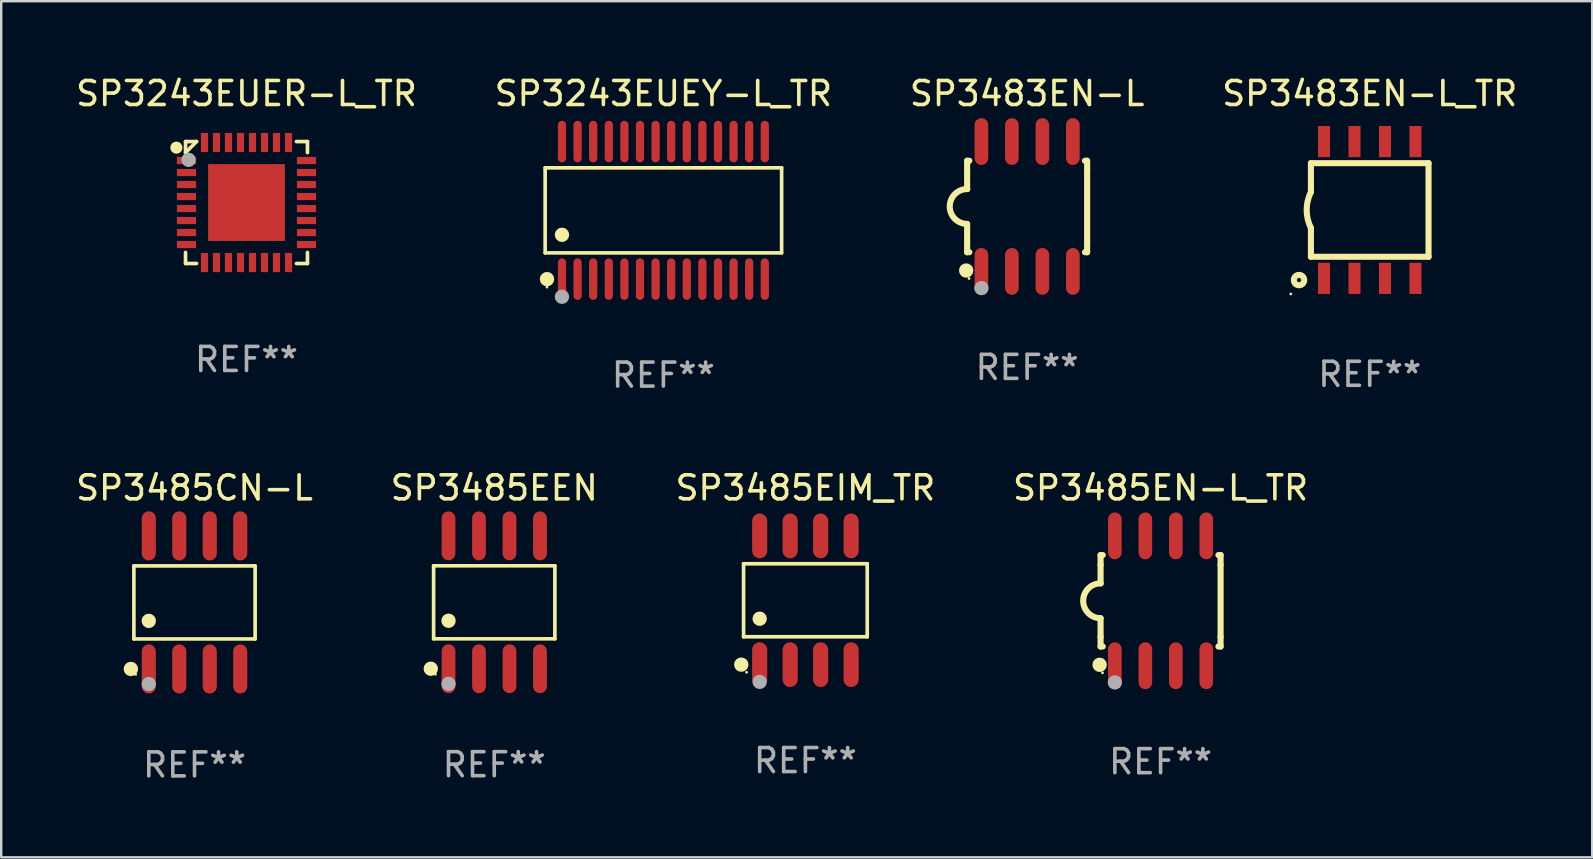
<source format=kicad_pcb>
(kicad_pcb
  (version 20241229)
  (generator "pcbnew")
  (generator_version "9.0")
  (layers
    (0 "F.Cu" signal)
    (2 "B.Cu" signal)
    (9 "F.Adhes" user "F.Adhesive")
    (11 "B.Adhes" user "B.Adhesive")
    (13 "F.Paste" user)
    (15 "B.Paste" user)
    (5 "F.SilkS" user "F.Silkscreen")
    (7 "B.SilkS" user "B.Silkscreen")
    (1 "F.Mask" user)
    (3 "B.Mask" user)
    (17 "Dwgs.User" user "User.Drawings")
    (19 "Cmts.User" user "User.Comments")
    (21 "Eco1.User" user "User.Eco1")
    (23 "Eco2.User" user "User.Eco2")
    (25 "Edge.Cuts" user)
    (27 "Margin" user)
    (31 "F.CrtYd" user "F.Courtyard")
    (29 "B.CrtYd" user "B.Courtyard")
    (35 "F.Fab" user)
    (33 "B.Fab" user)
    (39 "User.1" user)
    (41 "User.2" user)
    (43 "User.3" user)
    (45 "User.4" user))
  (footprint "SP3243EUER-L_TR"
    (layer "F.Cu")
    (at 7.22 5.388)
    (property "Reference" "SP3243EUER-L_TR" (at 0 -4.54 0) (layer "F.SilkS") (effects (font (size 1 1) (thickness 0.15))))
    (attr through_hole)
    (fp_line (start -2.54 -2.54) (end -2.08 -2.54) (stroke (width 0.152) (type solid)) (layer "F.SilkS"))
    (fp_line (start -2.54 -2.08) (end -2.54 -2.54) (stroke (width 0.152) (type solid)) (layer "F.SilkS"))
    (fp_line (start -2.54 -2.08) (end -2.08 -2.54) (stroke (width 0.152) (type solid)) (layer "F.SilkS"))
    (fp_line (start -2.54 2.54) (end -2.54 2.08) (stroke (width 0.152) (type solid)) (layer "F.SilkS"))
    (fp_line (start -2.08 2.54) (end -2.54 2.54) (stroke (width 0.152) (type solid)) (layer "F.SilkS"))
    (fp_line (start 2.08 -2.54) (end 2.54 -2.54) (stroke (width 0.152) (type solid)) (layer "F.SilkS"))
    (fp_line (start 2.54 -2.54) (end 2.54 -2.08) (stroke (width 0.152) (type solid)) (layer "F.SilkS"))
    (fp_line (start 2.54 2.08) (end 2.54 2.54) (stroke (width 0.152) (type solid)) (layer "F.SilkS"))
    (fp_line (start 2.54 2.54) (end 2.08 2.54) (stroke (width 0.152) (type solid)) (layer "F.SilkS"))
    (fp_circle (center -2.921 -2.286) (end -2.794 -2.286) (stroke (width 0.254) (type solid)) (fill no) (layer "F.SilkS"))
    (fp_circle (center -2.5 -2.5) (end -2.47 -2.5) (stroke (width 0.06) (type solid)) (fill no) (layer "F.SilkS"))
    (fp_circle (center -2.413 -1.778) (end -2.263 -1.778) (stroke (width 0.3) (type solid)) (fill no) (layer "F.Fab"))
    (fp_text user "REF**" (at 0 6.54 0) (layer "F.Fab") (effects (font (size 1 1) (thickness 0.15))))
    (pad "1" smd rect (at -2.5 -1.75 90) (size 0.3 0.8) (layers "F.Cu" "F.Mask" "F.Paste"))
    (pad "2" smd rect (at -2.5 -1.25 90) (size 0.3 0.8) (layers "F.Cu" "F.Mask" "F.Paste"))
    (pad "3" smd rect (at -2.5 -0.75 90) (size 0.3 0.8) (layers "F.Cu" "F.Mask" "F.Paste"))
    (pad "4" smd rect (at -2.5 -0.25 90) (size 0.3 0.8) (layers "F.Cu" "F.Mask" "F.Paste"))
    (pad "5" smd rect (at -2.5 0.25 90) (size 0.3 0.8) (layers "F.Cu" "F.Mask" "F.Paste"))
    (pad "6" smd rect (at -2.5 0.75 90) (size 0.3 0.8) (layers "F.Cu" "F.Mask" "F.Paste"))
    (pad "7" smd rect (at -2.5 1.25 90) (size 0.3 0.8) (layers "F.Cu" "F.Mask" "F.Paste"))
    (pad "8" smd rect (at -2.5 1.75 90) (size 0.3 0.8) (layers "F.Cu" "F.Mask" "F.Paste"))
    (pad "9" smd rect (at -1.75 2.5 180) (size 0.3 0.8) (layers "F.Cu" "F.Mask" "F.Paste"))
    (pad "10" smd rect (at -1.25 2.5 180) (size 0.3 0.8) (layers "F.Cu" "F.Mask" "F.Paste"))
    (pad "11" smd rect (at -0.75 2.5 180) (size 0.3 0.8) (layers "F.Cu" "F.Mask" "F.Paste"))
    (pad "12" smd rect (at -0.25 2.5 180) (size 0.3 0.8) (layers "F.Cu" "F.Mask" "F.Paste"))
    (pad "13" smd rect (at 0.25 2.5 180) (size 0.3 0.8) (layers "F.Cu" "F.Mask" "F.Paste"))
    (pad "14" smd rect (at 0.75 2.5 180) (size 0.3 0.8) (layers "F.Cu" "F.Mask" "F.Paste"))
    (pad "15" smd rect (at 1.25 2.5 180) (size 0.3 0.8) (layers "F.Cu" "F.Mask" "F.Paste"))
    (pad "16" smd rect (at 1.75 2.5 180) (size 0.3 0.8) (layers "F.Cu" "F.Mask" "F.Paste"))
    (pad "17" smd rect (at 2.5 1.75 270) (size 0.3 0.8) (layers "F.Cu" "F.Mask" "F.Paste"))
    (pad "18" smd rect (at 2.5 1.25 270) (size 0.3 0.8) (layers "F.Cu" "F.Mask" "F.Paste"))
    (pad "19" smd rect (at 2.5 0.75 270) (size 0.3 0.8) (layers "F.Cu" "F.Mask" "F.Paste"))
    (pad "20" smd rect (at 2.5 0.25 270) (size 0.3 0.8) (layers "F.Cu" "F.Mask" "F.Paste"))
    (pad "21" smd rect (at 2.5 -0.25 270) (size 0.3 0.8) (layers "F.Cu" "F.Mask" "F.Paste"))
    (pad "22" smd rect (at 2.5 -0.75 270) (size 0.3 0.8) (layers "F.Cu" "F.Mask" "F.Paste"))
    (pad "23" smd rect (at 2.5 -1.25 270) (size 0.3 0.8) (layers "F.Cu" "F.Mask" "F.Paste"))
    (pad "24" smd rect (at 2.5 -1.75 270) (size 0.3 0.8) (layers "F.Cu" "F.Mask" "F.Paste"))
    (pad "25" smd rect (at 1.75 -2.5) (size 0.3 0.8) (layers "F.Cu" "F.Mask" "F.Paste"))
    (pad "26" smd rect (at 1.25 -2.5) (size 0.3 0.8) (layers "F.Cu" "F.Mask" "F.Paste"))
    (pad "27" smd rect (at 0.75 -2.5) (size 0.3 0.8) (layers "F.Cu" "F.Mask" "F.Paste"))
    (pad "28" smd rect (at 0.25 -2.5) (size 0.3 0.8) (layers "F.Cu" "F.Mask" "F.Paste"))
    (pad "29" smd rect (at -0.25 -2.5) (size 0.3 0.8) (layers "F.Cu" "F.Mask" "F.Paste"))
    (pad "30" smd rect (at -0.75 -2.5) (size 0.3 0.8) (layers "F.Cu" "F.Mask" "F.Paste"))
    (pad "31" smd rect (at -1.25 -2.5) (size 0.3 0.8) (layers "F.Cu" "F.Mask" "F.Paste"))
    (pad "32" smd rect (at -1.75 -2.5) (size 0.3 0.8) (layers "F.Cu" "F.Mask" "F.Paste"))
    (pad "33" smd rect (at 0 0 90) (size 3.2 3.2) (layers "F.Cu" "F.Mask" "F.Paste")))
  (footprint "SP3485CN-L"
    (layer "F.Cu")
    (at 5.054 22.049)
    (property "Reference" "SP3485CN-L" (at 0 -4.772 0) (layer "F.SilkS") (effects (font (size 1 1) (thickness 0.15))))
    (attr through_hole)
    (fp_line (start -2.526 -1.521) (end 2.526 -1.521) (stroke (width 0.152) (type solid)) (layer "F.SilkS"))
    (fp_line (start -2.526 1.521) (end -2.526 -1.521) (stroke (width 0.152) (type solid)) (layer "F.SilkS"))
    (fp_line (start 2.526 -1.521) (end 2.526 1.521) (stroke (width 0.152) (type solid)) (layer "F.SilkS"))
    (fp_line (start 2.526 1.521) (end -2.526 1.521) (stroke (width 0.152) (type solid)) (layer "F.SilkS"))
    (fp_circle (center -2.652 2.772) (end -2.501 2.772) (stroke (width 0.3) (type solid)) (fill no) (layer "F.SilkS"))
    (fp_circle (center -2.45 3) (end -2.42 3) (stroke (width 0.06) (type solid)) (fill no) (layer "F.SilkS"))
    (fp_circle (center -1.905 0.769) (end -1.755 0.769) (stroke (width 0.3) (type solid)) (fill no) (layer "F.SilkS"))
    (fp_circle (center -1.905 3.4) (end -1.755 3.4) (stroke (width 0.3) (type solid)) (fill no) (layer "F.Fab"))
    (fp_text user "REF**" (at 0 6.772 0) (layer "F.Fab") (effects (font (size 1 1) (thickness 0.15))))
    (pad "1" smd oval (at -1.905 2.772) (size 0.588 2.045) (layers "F.Cu" "F.Mask" "F.Paste"))
    (pad "2" smd oval (at -0.635 2.772) (size 0.588 2.045) (layers "F.Cu" "F.Mask" "F.Paste"))
    (pad "3" smd oval (at 0.635 2.772) (size 0.588 2.045) (layers "F.Cu" "F.Mask" "F.Paste"))
    (pad "4" smd oval (at 1.905 2.772) (size 0.588 2.045) (layers "F.Cu" "F.Mask" "F.Paste"))
    (pad "5" smd oval (at 1.905 -2.772) (size 0.588 2.045) (layers "F.Cu" "F.Mask" "F.Paste"))
    (pad "6" smd oval (at 0.635 -2.772) (size 0.588 2.045) (layers "F.Cu" "F.Mask" "F.Paste"))
    (pad "7" smd oval (at -0.635 -2.772) (size 0.588 2.045) (layers "F.Cu" "F.Mask" "F.Paste"))
    (pad "8" smd oval (at -1.905 -2.772) (size 0.588 2.045) (layers "F.Cu" "F.Mask" "F.Paste")))
  (footprint "SP3483EN-L_TR"
    (layer "F.Cu")
    (at 54.018 5.698)
    (property "Reference" "SP3483EN-L_TR" (at 0 -4.85 0) (layer "F.SilkS") (effects (font (size 1 1) (thickness 0.15))))
    (attr through_hole)
    (fp_line (start -2.45 -1.95) (end -2.45 -0.75) (stroke (width 0.254) (type solid)) (layer "F.SilkS"))
    (fp_line (start -2.45 -1.95) (end 2.45 -1.95) (stroke (width 0.254) (type solid)) (layer "F.SilkS"))
    (fp_line (start -2.45 1.95) (end 2.45 1.95) (stroke (width 0.254) (type solid)) (layer "F.SilkS"))
    (fp_line (start -2.45 1.95) (end -2.45 0.75) (stroke (width 0.254) (type solid)) (layer "F.SilkS"))
    (fp_line (start 2.45 -1.95) (end 2.45 1.95) (stroke (width 0.254) (type solid)) (layer "F.SilkS"))
    (fp_arc (start -2.449797 0.750698) (mid -2.626996 0.00042) (end -2.450025 -0.749911) (stroke (width 0.254001) (type solid)) (layer "F.SilkS"))
    (fp_circle (center -3.289 3.5) (end -3.259 3.5) (stroke (width 0.06) (type solid)) (fill no) (layer "F.SilkS"))
    (fp_circle (center -2.946 2.921) (end -2.73 2.921) (stroke (width 0.254) (type solid)) (fill no) (layer "F.SilkS"))
    (fp_text user "REF**" (at 0 6.85 0) (layer "F.Fab") (effects (font (size 1 1) (thickness 0.15))))
    (pad "1" smd rect (at -1.905 2.85 180) (size 0.5 1.3) (layers "F.Cu" "F.Mask" "F.Paste"))
    (pad "2" smd rect (at -0.635 2.85 180) (size 0.5 1.3) (layers "F.Cu" "F.Mask" "F.Paste"))
    (pad "3" smd rect (at 0.635 2.85 180) (size 0.5 1.3) (layers "F.Cu" "F.Mask" "F.Paste"))
    (pad "4" smd rect (at 1.905 2.85 180) (size 0.5 1.3) (layers "F.Cu" "F.Mask" "F.Paste"))
    (pad "5" smd rect (at 1.905 -2.85 180) (size 0.5 1.3) (layers "F.Cu" "F.Mask" "F.Paste"))
    (pad "6" smd rect (at 0.635 -2.85 180) (size 0.5 1.3) (layers "F.Cu" "F.Mask" "F.Paste"))
    (pad "7" smd rect (at -0.635 -2.85 180) (size 0.5 1.3) (layers "F.Cu" "F.Mask" "F.Paste"))
    (pad "8" smd rect (at -1.905 -2.85 180) (size 0.5 1.3) (layers "F.Cu" "F.Mask" "F.Paste")))
  (footprint "SP3485EN-L_TR"
    (layer "F.Cu")
    (at 45.304 21.981)
    (property "Reference" "SP3485EN-L_TR" (at 0 -4.705 0) (layer "F.SilkS") (effects (font (size 1 1) (thickness 0.15))))
    (attr through_hole)
    (fp_line (start -2.5 -1.905) (end -2.409 -1.905) (stroke (width 0.254) (type solid)) (layer "F.SilkS"))
    (fp_line (start -2.5 -1.5) (end -2.5 -1.905) (stroke (width 0.254) (type solid)) (layer "F.SilkS"))
    (fp_line (start -2.5 -1.5) (end -2.5 -0.726) (stroke (width 0.254) (type solid)) (layer "F.SilkS"))
    (fp_line (start -2.5 1.5) (end -2.5 0.727) (stroke (width 0.254) (type solid)) (layer "F.SilkS"))
    (fp_line (start -2.5 1.5) (end -2.5 1.905) (stroke (width 0.254) (type solid)) (layer "F.SilkS"))
    (fp_line (start -2.5 1.905) (end -2.409 1.905) (stroke (width 0.254) (type solid)) (layer "F.SilkS"))
    (fp_line (start 2.5 -1.905) (end 2.409 -1.905) (stroke (width 0.254) (type solid)) (layer "F.SilkS"))
    (fp_line (start 2.5 -1.5) (end 2.5 -1.905) (stroke (width 0.254) (type solid)) (layer "F.SilkS"))
    (fp_line (start 2.5 -1.5) (end 2.5 1.5) (stroke (width 0.254) (type solid)) (layer "F.SilkS"))
    (fp_line (start 2.5 1.5) (end 2.5 1.905) (stroke (width 0.254) (type solid)) (layer "F.SilkS"))
    (fp_line (start 2.5 1.905) (end 2.409 1.905) (stroke (width 0.254) (type solid)) (layer "F.SilkS"))
    (fp_arc (start -2.5 0.726568) (mid -3.220316 -0.0023) (end -2.495097 -0.726289) (stroke (width 0.254001) (type solid)) (layer "F.SilkS"))
    (fp_circle (center -2.54 2.667) (end -2.39 2.667) (stroke (width 0.3) (type solid)) (fill no) (layer "F.SilkS"))
    (fp_circle (center -2.42 3) (end -2.39 3) (stroke (width 0.06) (type solid)) (fill no) (layer "F.SilkS"))
    (fp_circle (center -1.905 3.4) (end -1.755 3.4) (stroke (width 0.3) (type solid)) (fill no) (layer "F.Fab"))
    (fp_text user "REF**" (at 0 6.705 0) (layer "F.Fab") (effects (font (size 1 1) (thickness 0.15))))
    (pad "1" smd oval (at -1.905 2.705) (size 0.568 1.95) (layers "F.Cu" "F.Mask" "F.Paste"))
    (pad "2" smd oval (at -0.635 2.705) (size 0.568 1.95) (layers "F.Cu" "F.Mask" "F.Paste"))
    (pad "3" smd oval (at 0.635 2.705) (size 0.568 1.95) (layers "F.Cu" "F.Mask" "F.Paste"))
    (pad "4" smd oval (at 1.905 2.705) (size 0.568 1.95) (layers "F.Cu" "F.Mask" "F.Paste"))
    (pad "5" smd oval (at 1.905 -2.705) (size 0.568 1.95) (layers "F.Cu" "F.Mask" "F.Paste"))
    (pad "6" smd oval (at 0.635 -2.705) (size 0.568 1.95) (layers "F.Cu" "F.Mask" "F.Paste"))
    (pad "7" smd oval (at -0.635 -2.705) (size 0.568 1.95) (layers "F.Cu" "F.Mask" "F.Paste"))
    (pad "8" smd oval (at -1.905 -2.705) (size 0.568 1.95) (layers "F.Cu" "F.Mask" "F.Paste")))
  (footprint "SP3483EN-L"
    (layer "F.Cu")
    (at 39.744 5.553)
    (property "Reference" "SP3483EN-L" (at 0 -4.705 0) (layer "F.SilkS") (effects (font (size 1 1) (thickness 0.15))))
    (attr through_hole)
    (fp_line (start -2.5 -1.905) (end -2.409 -1.905) (stroke (width 0.254) (type solid)) (layer "F.SilkS"))
    (fp_line (start -2.5 -1.5) (end -2.5 -1.905) (stroke (width 0.254) (type solid)) (layer "F.SilkS"))
    (fp_line (start -2.5 -1.5) (end -2.5 -0.726) (stroke (width 0.254) (type solid)) (layer "F.SilkS"))
    (fp_line (start -2.5 1.5) (end -2.5 0.727) (stroke (width 0.254) (type solid)) (layer "F.SilkS"))
    (fp_line (start -2.5 1.5) (end -2.5 1.905) (stroke (width 0.254) (type solid)) (layer "F.SilkS"))
    (fp_line (start -2.5 1.905) (end -2.409 1.905) (stroke (width 0.254) (type solid)) (layer "F.SilkS"))
    (fp_line (start 2.5 -1.905) (end 2.409 -1.905) (stroke (width 0.254) (type solid)) (layer "F.SilkS"))
    (fp_line (start 2.5 -1.5) (end 2.5 -1.905) (stroke (width 0.254) (type solid)) (layer "F.SilkS"))
    (fp_line (start 2.5 -1.5) (end 2.5 1.5) (stroke (width 0.254) (type solid)) (layer "F.SilkS"))
    (fp_line (start 2.5 1.5) (end 2.5 1.905) (stroke (width 0.254) (type solid)) (layer "F.SilkS"))
    (fp_line (start 2.5 1.905) (end 2.409 1.905) (stroke (width 0.254) (type solid)) (layer "F.SilkS"))
    (fp_arc (start -2.5 0.726568) (mid -3.220316 -0.0023) (end -2.495097 -0.726289) (stroke (width 0.254001) (type solid)) (layer "F.SilkS"))
    (fp_circle (center -2.54 2.667) (end -2.39 2.667) (stroke (width 0.3) (type solid)) (fill no) (layer "F.SilkS"))
    (fp_circle (center -2.42 3) (end -2.39 3) (stroke (width 0.06) (type solid)) (fill no) (layer "F.SilkS"))
    (fp_circle (center -1.905 3.4) (end -1.755 3.4) (stroke (width 0.3) (type solid)) (fill no) (layer "F.Fab"))
    (fp_text user "REF**" (at 0 6.705 0) (layer "F.Fab") (effects (font (size 1 1) (thickness 0.15))))
    (pad "1" smd oval (at -1.905 2.705) (size 0.568 1.95) (layers "F.Cu" "F.Mask" "F.Paste"))
    (pad "2" smd oval (at -0.635 2.705) (size 0.568 1.95) (layers "F.Cu" "F.Mask" "F.Paste"))
    (pad "3" smd oval (at 0.635 2.705) (size 0.568 1.95) (layers "F.Cu" "F.Mask" "F.Paste"))
    (pad "4" smd oval (at 1.905 2.705) (size 0.568 1.95) (layers "F.Cu" "F.Mask" "F.Paste"))
    (pad "5" smd oval (at 1.905 -2.705) (size 0.568 1.95) (layers "F.Cu" "F.Mask" "F.Paste"))
    (pad "6" smd oval (at 0.635 -2.705) (size 0.568 1.95) (layers "F.Cu" "F.Mask" "F.Paste"))
    (pad "7" smd oval (at -0.635 -2.705) (size 0.568 1.95) (layers "F.Cu" "F.Mask" "F.Paste"))
    (pad "8" smd oval (at -1.905 -2.705) (size 0.568 1.95) (layers "F.Cu" "F.Mask" "F.Paste")))
  (footprint "SP3243EUEY-L_TR"
    (layer "F.Cu")
    (at 24.589 5.714)
    (property "Reference" "SP3243EUEY-L_TR" (at 0 -4.866 0) (layer "F.SilkS") (effects (font (size 1 1) (thickness 0.15))))
    (attr through_hole)
    (fp_line (start -4.926 -1.772) (end 4.926 -1.772) (stroke (width 0.152) (type solid)) (layer "F.SilkS"))
    (fp_line (start -4.926 1.771) (end -4.926 -1.772) (stroke (width 0.152) (type solid)) (layer "F.SilkS"))
    (fp_line (start 4.926 -1.772) (end 4.926 1.771) (stroke (width 0.152) (type solid)) (layer "F.SilkS"))
    (fp_line (start 4.926 1.771) (end -4.926 1.771) (stroke (width 0.152) (type solid)) (layer "F.SilkS"))
    (fp_circle (center -4.85 3.2) (end -4.82 3.2) (stroke (width 0.06) (type solid)) (fill no) (layer "F.SilkS"))
    (fp_circle (center -4.849 2.866) (end -4.699 2.866) (stroke (width 0.3) (type solid)) (fill no) (layer "F.SilkS"))
    (fp_circle (center -4.225 1.019) (end -4.075 1.019) (stroke (width 0.3) (type solid)) (fill no) (layer "F.SilkS"))
    (fp_circle (center -4.225 3.6) (end -4.075 3.6) (stroke (width 0.3) (type solid)) (fill no) (layer "F.Fab"))
    (fp_text user "REF**" (at 0 6.866 0) (layer "F.Fab") (effects (font (size 1 1) (thickness 0.15))))
    (pad "1" smd oval (at -4.225 2.866) (size 0.343 1.731) (layers "F.Cu" "F.Mask" "F.Paste"))
    (pad "2" smd oval (at -3.575 2.866) (size 0.343 1.731) (layers "F.Cu" "F.Mask" "F.Paste"))
    (pad "3" smd oval (at -2.925 2.866) (size 0.343 1.731) (layers "F.Cu" "F.Mask" "F.Paste"))
    (pad "4" smd oval (at -2.275 2.866) (size 0.343 1.731) (layers "F.Cu" "F.Mask" "F.Paste"))
    (pad "5" smd oval (at -1.625 2.866) (size 0.343 1.731) (layers "F.Cu" "F.Mask" "F.Paste"))
    (pad "6" smd oval (at -0.975 2.866) (size 0.343 1.731) (layers "F.Cu" "F.Mask" "F.Paste"))
    (pad "7" smd oval (at -0.325 2.866) (size 0.343 1.731) (layers "F.Cu" "F.Mask" "F.Paste"))
    (pad "8" smd oval (at 0.325 2.866) (size 0.343 1.731) (layers "F.Cu" "F.Mask" "F.Paste"))
    (pad "9" smd oval (at 0.975 2.866) (size 0.343 1.731) (layers "F.Cu" "F.Mask" "F.Paste"))
    (pad "10" smd oval (at 1.625 2.866) (size 0.343 1.731) (layers "F.Cu" "F.Mask" "F.Paste"))
    (pad "11" smd oval (at 2.275 2.866) (size 0.343 1.731) (layers "F.Cu" "F.Mask" "F.Paste"))
    (pad "12" smd oval (at 2.925 2.866) (size 0.343 1.731) (layers "F.Cu" "F.Mask" "F.Paste"))
    (pad "13" smd oval (at 3.575 2.866) (size 0.343 1.731) (layers "F.Cu" "F.Mask" "F.Paste"))
    (pad "14" smd oval (at 4.225 2.866) (size 0.343 1.731) (layers "F.Cu" "F.Mask" "F.Paste"))
    (pad "15" smd oval (at 4.225 -2.866) (size 0.343 1.731) (layers "F.Cu" "F.Mask" "F.Paste"))
    (pad "16" smd oval (at 3.575 -2.866) (size 0.343 1.731) (layers "F.Cu" "F.Mask" "F.Paste"))
    (pad "17" smd oval (at 2.925 -2.866) (size 0.343 1.731) (layers "F.Cu" "F.Mask" "F.Paste"))
    (pad "18" smd oval (at 2.275 -2.866) (size 0.343 1.731) (layers "F.Cu" "F.Mask" "F.Paste"))
    (pad "19" smd oval (at 1.625 -2.866) (size 0.343 1.731) (layers "F.Cu" "F.Mask" "F.Paste"))
    (pad "20" smd oval (at 0.975 -2.866) (size 0.343 1.731) (layers "F.Cu" "F.Mask" "F.Paste"))
    (pad "21" smd oval (at 0.325 -2.866) (size 0.343 1.731) (layers "F.Cu" "F.Mask" "F.Paste"))
    (pad "22" smd oval (at -0.325 -2.866) (size 0.343 1.731) (layers "F.Cu" "F.Mask" "F.Paste"))
    (pad "23" smd oval (at -0.975 -2.866) (size 0.343 1.731) (layers "F.Cu" "F.Mask" "F.Paste"))
    (pad "24" smd oval (at -1.625 -2.866) (size 0.343 1.731) (layers "F.Cu" "F.Mask" "F.Paste"))
    (pad "25" smd oval (at -2.275 -2.866) (size 0.343 1.731) (layers "F.Cu" "F.Mask" "F.Paste"))
    (pad "26" smd oval (at -2.925 -2.866) (size 0.343 1.731) (layers "F.Cu" "F.Mask" "F.Paste"))
    (pad "27" smd oval (at -3.575 -2.866) (size 0.343 1.731) (layers "F.Cu" "F.Mask" "F.Paste"))
    (pad "28" smd oval (at -4.225 -2.866) (size 0.343 1.731) (layers "F.Cu" "F.Mask" "F.Paste")))
  (footprint "SP3485EEN"
    (layer "F.Cu")
    (at 17.542 22.044)
    (property "Reference" "SP3485EEN" (at 0 -4.768 0) (layer "F.SilkS") (effects (font (size 1 1) (thickness 0.15))))
    (attr through_hole)
    (fp_line (start -2.526 -1.521) (end 2.526 -1.521) (stroke (width 0.152) (type solid)) (layer "F.SilkS"))
    (fp_line (start -2.526 1.521) (end -2.526 -1.521) (stroke (width 0.152) (type solid)) (layer "F.SilkS"))
    (fp_line (start 2.526 -1.521) (end 2.526 1.521) (stroke (width 0.152) (type solid)) (layer "F.SilkS"))
    (fp_line (start 2.526 1.521) (end -2.526 1.521) (stroke (width 0.152) (type solid)) (layer "F.SilkS"))
    (fp_circle (center -2.644 2.768) (end -2.494 2.768) (stroke (width 0.3) (type solid)) (fill no) (layer "F.SilkS"))
    (fp_circle (center -2.45 2.998) (end -2.42 2.998) (stroke (width 0.06) (type solid)) (fill no) (layer "F.SilkS"))
    (fp_circle (center -1.905 0.769) (end -1.755 0.769) (stroke (width 0.3) (type solid)) (fill no) (layer "F.SilkS"))
    (fp_circle (center -1.905 3.398) (end -1.755 3.398) (stroke (width 0.3) (type solid)) (fill no) (layer "F.Fab"))
    (fp_text user "REF**" (at 0 6.768 0) (layer "F.Fab") (effects (font (size 1 1) (thickness 0.15))))
    (pad "1" smd oval (at -1.905 2.768) (size 0.574 2.036) (layers "F.Cu" "F.Mask" "F.Paste"))
    (pad "2" smd oval (at -0.635 2.768) (size 0.574 2.036) (layers "F.Cu" "F.Mask" "F.Paste"))
    (pad "3" smd oval (at 0.635 2.768) (size 0.574 2.036) (layers "F.Cu" "F.Mask" "F.Paste"))
    (pad "4" smd oval (at 1.905 2.768) (size 0.574 2.036) (layers "F.Cu" "F.Mask" "F.Paste"))
    (pad "5" smd oval (at 1.905 -2.768) (size 0.574 2.036) (layers "F.Cu" "F.Mask" "F.Paste"))
    (pad "6" smd oval (at 0.635 -2.768) (size 0.574 2.036) (layers "F.Cu" "F.Mask" "F.Paste"))
    (pad "7" smd oval (at -0.635 -2.768) (size 0.574 2.036) (layers "F.Cu" "F.Mask" "F.Paste"))
    (pad "8" smd oval (at -1.905 -2.768) (size 0.574 2.036) (layers "F.Cu" "F.Mask" "F.Paste")))
  (footprint "SP3485EIM_TR"
    (layer "F.Cu")
    (at 30.506 21.959)
    (property "Reference" "SP3485EIM_TR" (at 0 -4.682 0) (layer "F.SilkS") (effects (font (size 1 1) (thickness 0.15))))
    (attr through_hole)
    (fp_line (start -2.576 -1.521) (end 2.576 -1.521) (stroke (width 0.152) (type solid)) (layer "F.SilkS"))
    (fp_line (start -2.576 1.521) (end -2.576 -1.521) (stroke (width 0.152) (type solid)) (layer "F.SilkS"))
    (fp_line (start 2.576 -1.521) (end 2.576 1.521) (stroke (width 0.152) (type solid)) (layer "F.SilkS"))
    (fp_line (start 2.576 1.521) (end -2.576 1.521) (stroke (width 0.152) (type solid)) (layer "F.SilkS"))
    (fp_circle (center -2.672 2.682) (end -2.522 2.682) (stroke (width 0.3) (type solid)) (fill no) (layer "F.SilkS"))
    (fp_circle (center -2.45 3) (end -2.42 3) (stroke (width 0.06) (type solid)) (fill no) (layer "F.SilkS"))
    (fp_circle (center -1.905 0.769) (end -1.755 0.769) (stroke (width 0.3) (type solid)) (fill no) (layer "F.SilkS"))
    (fp_circle (center -1.905 3.4) (end -1.755 3.4) (stroke (width 0.3) (type solid)) (fill no) (layer "F.Fab"))
    (fp_text user "REF**" (at 0 6.682 0) (layer "F.Fab") (effects (font (size 1 1) (thickness 0.15))))
    (pad "1" smd oval (at -1.905 2.682) (size 0.63 1.865) (layers "F.Cu" "F.Mask" "F.Paste"))
    (pad "2" smd oval (at -0.635 2.682) (size 0.63 1.865) (layers "F.Cu" "F.Mask" "F.Paste"))
    (pad "3" smd oval (at 0.635 2.682) (size 0.63 1.865) (layers "F.Cu" "F.Mask" "F.Paste"))
    (pad "4" smd oval (at 1.905 2.682) (size 0.63 1.865) (layers "F.Cu" "F.Mask" "F.Paste"))
    (pad "5" smd oval (at 1.905 -2.682) (size 0.63 1.865) (layers "F.Cu" "F.Mask" "F.Paste"))
    (pad "6" smd oval (at 0.635 -2.682) (size 0.63 1.865) (layers "F.Cu" "F.Mask" "F.Paste"))
    (pad "7" smd oval (at -0.635 -2.682) (size 0.63 1.865) (layers "F.Cu" "F.Mask" "F.Paste"))
    (pad "8" smd oval (at -1.905 -2.682) (size 0.63 1.865) (layers "F.Cu" "F.Mask" "F.Paste")))
  (gr_rect
    (start -3 -3)
    (end 63.286 32.669)
    (stroke (width 0.1) (type default))
    (fill no)
    (layer "Edge.Cuts")))
</source>
